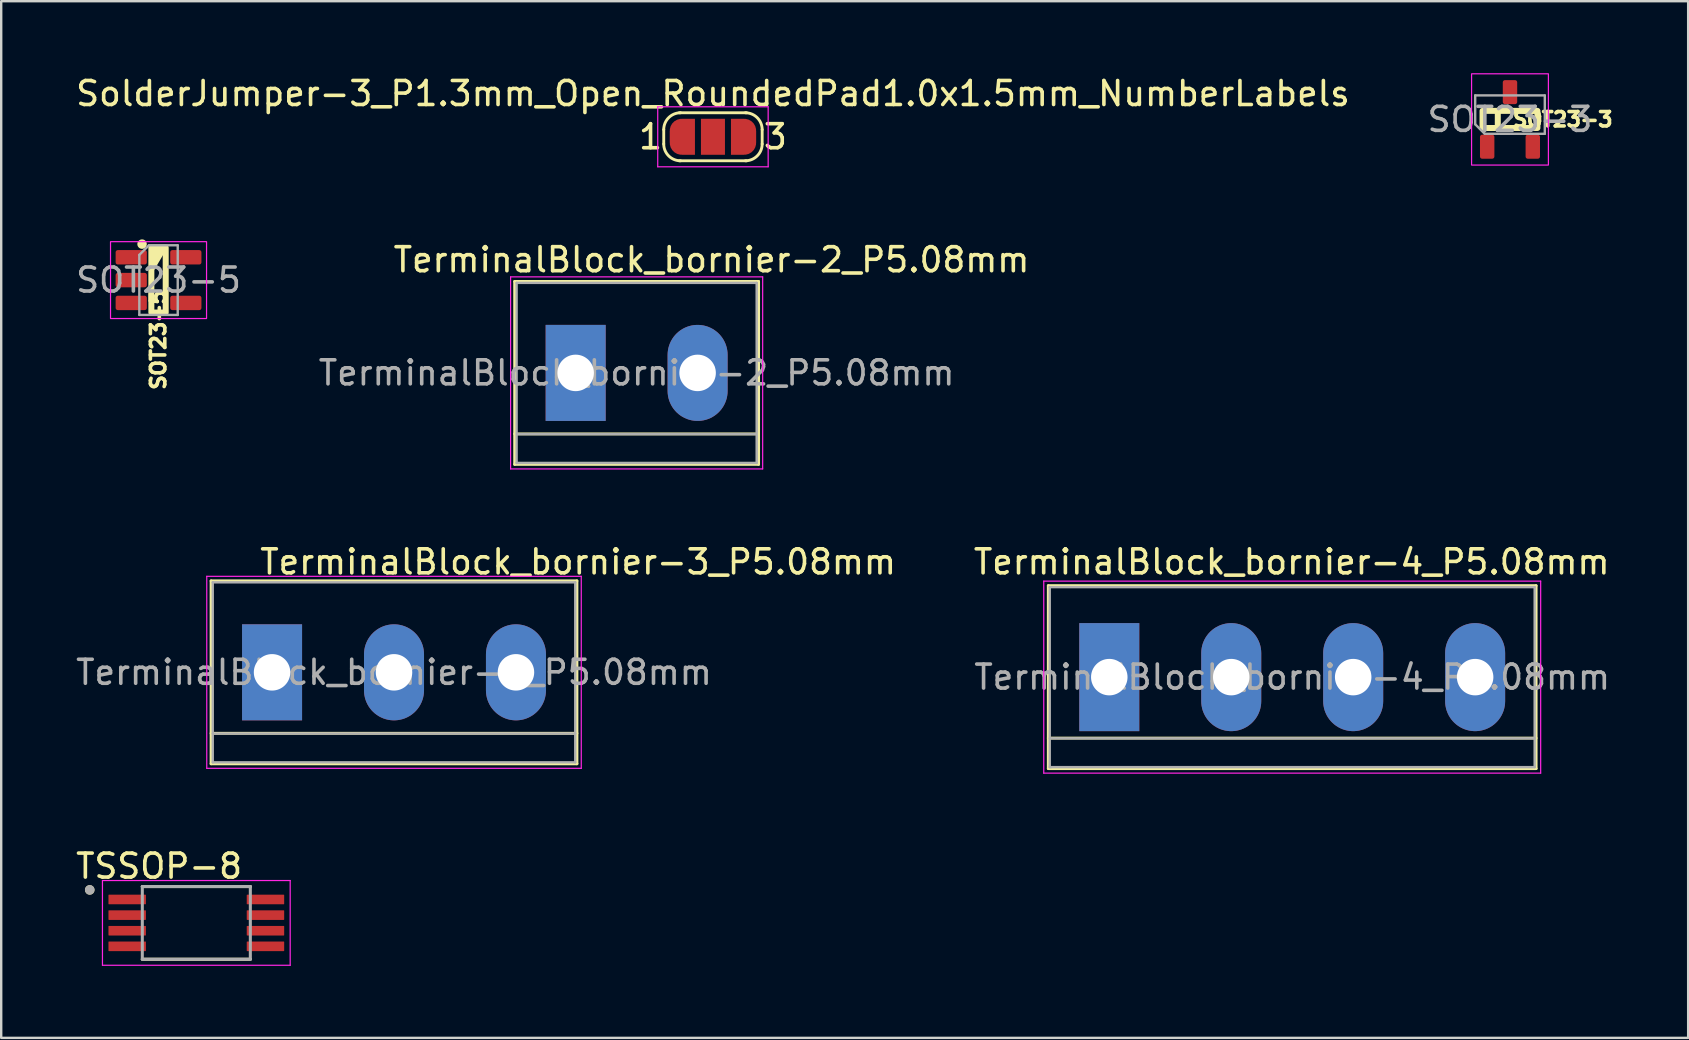
<source format=kicad_pcb>
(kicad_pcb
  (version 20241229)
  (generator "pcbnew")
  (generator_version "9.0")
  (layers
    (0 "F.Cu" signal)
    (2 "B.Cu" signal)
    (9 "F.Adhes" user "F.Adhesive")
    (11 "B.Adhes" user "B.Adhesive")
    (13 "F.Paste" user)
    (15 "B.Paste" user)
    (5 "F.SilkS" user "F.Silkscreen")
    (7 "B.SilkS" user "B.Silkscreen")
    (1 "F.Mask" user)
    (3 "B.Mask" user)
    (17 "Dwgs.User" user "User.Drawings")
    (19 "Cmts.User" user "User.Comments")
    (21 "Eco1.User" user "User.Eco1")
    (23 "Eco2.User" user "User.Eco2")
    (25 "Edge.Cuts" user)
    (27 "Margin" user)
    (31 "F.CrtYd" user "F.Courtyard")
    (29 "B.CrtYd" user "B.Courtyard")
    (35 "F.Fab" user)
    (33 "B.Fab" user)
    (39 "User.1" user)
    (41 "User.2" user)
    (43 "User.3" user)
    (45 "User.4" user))
  (footprint "TerminalBlock_bornier-3_P5.08mm"
    (layer "F.Cu")
    (at 8.283 24.957)
    (property "Reference" "TerminalBlock_bornier-3_P5.08mm" (at 12.75 -4.6 0) (layer "F.SilkS") (effects (font (size 1 1) (thickness 0.15))))
    (attr through_hole)
    (fp_line (start -2.54 -3.81) (end 12.7 -3.81) (stroke (width 0.12) (type solid)) (layer "F.SilkS"))
    (fp_line (start -2.54 2.54) (end 12.7 2.54) (stroke (width 0.12) (type solid)) (layer "F.SilkS"))
    (fp_line (start -2.54 3.81) (end -2.54 -3.81) (stroke (width 0.12) (type solid)) (layer "F.SilkS"))
    (fp_line (start -2.54 3.81) (end 12.7 3.81) (stroke (width 0.12) (type solid)) (layer "F.SilkS"))
    (fp_line (start 12.7 3.81) (end 12.7 -3.81) (stroke (width 0.12) (type solid)) (layer "F.SilkS"))
    (fp_line (start -2.72 -4) (end -2.72 4) (stroke (width 0.05) (type solid)) (layer "F.CrtYd"))
    (fp_line (start -2.72 -4) (end 12.88 -4) (stroke (width 0.05) (type solid)) (layer "F.CrtYd"))
    (fp_line (start 12.88 4) (end -2.72 4) (stroke (width 0.05) (type solid)) (layer "F.CrtYd"))
    (fp_line (start 12.88 4) (end 12.88 -4) (stroke (width 0.05) (type solid)) (layer "F.CrtYd"))
    (fp_line (start -2.47 -3.75) (end 12.63 -3.75) (stroke (width 0.1) (type solid)) (layer "F.Fab"))
    (fp_line (start -2.47 2.55) (end 12.63 2.55) (stroke (width 0.1) (type solid)) (layer "F.Fab"))
    (fp_line (start -2.47 3.75) (end -2.47 -3.75) (stroke (width 0.1) (type solid)) (layer "F.Fab"))
    (fp_line (start 12.63 -3.75) (end 12.63 3.75) (stroke (width 0.1) (type solid)) (layer "F.Fab"))
    (fp_line (start 12.63 3.75) (end -2.47 3.75) (stroke (width 0.1) (type solid)) (layer "F.Fab"))
    (fp_text user "${REFERENCE}" (at 5.08 0 0) (layer "F.Fab") (effects (font (size 1 1) (thickness 0.15))))
    (pad "1" thru_hole rect (at 0 0) (size 2.5 4) (drill oval 1.52) (layers "*.Cu" "*.Mask"))
    (pad "2" thru_hole oval (at 5.08 0) (size 2.5 4) (drill oval 1.52) (layers "*.Cu" "*.Mask"))
    (pad "3" thru_hole oval (at 10.16 0) (size 2.5 4) (drill oval 1.52) (layers "*.Cu" "*.Mask")))
  (footprint "TerminalBlock_bornier-4_P5.08mm"
    (layer "F.Cu")
    (at 43.159 25.157)
    (property "Reference" "TerminalBlock_bornier-4_P5.08mm" (at 7.6 -4.8 0) (layer "F.SilkS") (effects (font (size 1 1) (thickness 0.15))))
    (attr through_hole)
    (fp_line (start -2.54 -3.81) (end -2.54 3.81) (stroke (width 0.12) (type solid)) (layer "F.SilkS"))
    (fp_line (start -2.54 -3.81) (end 17.78 -3.81) (stroke (width 0.12) (type solid)) (layer "F.SilkS"))
    (fp_line (start -2.54 3.81) (end 17.78 3.81) (stroke (width 0.12) (type solid)) (layer "F.SilkS"))
    (fp_line (start 17.78 2.54) (end -2.54 2.54) (stroke (width 0.12) (type solid)) (layer "F.SilkS"))
    (fp_line (start 17.78 3.81) (end 17.78 -3.81) (stroke (width 0.12) (type solid)) (layer "F.SilkS"))
    (fp_line (start -2.73 -4) (end -2.73 4) (stroke (width 0.05) (type solid)) (layer "F.CrtYd"))
    (fp_line (start -2.73 -4) (end 17.97 -4) (stroke (width 0.05) (type solid)) (layer "F.CrtYd"))
    (fp_line (start 17.97 4) (end -2.73 4) (stroke (width 0.05) (type solid)) (layer "F.CrtYd"))
    (fp_line (start 17.97 4) (end 17.97 -4) (stroke (width 0.05) (type solid)) (layer "F.CrtYd"))
    (fp_line (start -2.48 -3.75) (end 17.72 -3.75) (stroke (width 0.1) (type solid)) (layer "F.Fab"))
    (fp_line (start -2.48 2.55) (end 17.72 2.55) (stroke (width 0.1) (type solid)) (layer "F.Fab"))
    (fp_line (start -2.48 3.75) (end -2.48 -3.75) (stroke (width 0.1) (type solid)) (layer "F.Fab"))
    (fp_line (start -2.43 3.75) (end -2.48 3.75) (stroke (width 0.1) (type solid)) (layer "F.Fab"))
    (fp_line (start 17.72 -3.75) (end 17.72 3.75) (stroke (width 0.1) (type solid)) (layer "F.Fab"))
    (fp_line (start 17.72 3.75) (end -2.43 3.75) (stroke (width 0.1) (type solid)) (layer "F.Fab"))
    (fp_text user "${REFERENCE}" (at 7.62 0 0) (layer "F.Fab") (effects (font (size 1 1) (thickness 0.15))))
    (pad "1" thru_hole rect (at 0 0) (size 2.5 4.5) (drill oval 1.52) (layers "*.Cu" "*.Mask"))
    (pad "2" thru_hole oval (at 5.08 0) (size 2.5 4.5) (drill oval 1.52) (layers "*.Cu" "*.Mask"))
    (pad "3" thru_hole oval (at 10.16 0) (size 2.5 4.5) (drill oval 1.52) (layers "*.Cu" "*.Mask"))
    (pad "4" thru_hole oval (at 15.24 0) (size 2.5 4.5) (drill oval 1.52) (layers "*.Cu" "*.Mask")))
  (footprint "TerminalBlock_bornier-2_P5.08mm"
    (layer "F.Cu")
    (at 20.93 12.484)
    (property "Reference" "TerminalBlock_bornier-2_P5.08mm" (at 5.66 -4.713 0) (layer "F.SilkS") (effects (font (size 1 1) (thickness 0.15))))
    (attr through_hole)
    (fp_line (start -2.54 -3.81) (end -2.54 3.81) (stroke (width 0.12) (type solid)) (layer "F.SilkS"))
    (fp_line (start -2.54 3.81) (end 7.62 3.81) (stroke (width 0.12) (type solid)) (layer "F.SilkS"))
    (fp_line (start 7.62 -3.81) (end -2.54 -3.81) (stroke (width 0.12) (type solid)) (layer "F.SilkS"))
    (fp_line (start 7.62 2.54) (end -2.54 2.54) (stroke (width 0.12) (type solid)) (layer "F.SilkS"))
    (fp_line (start 7.62 3.81) (end 7.62 -3.81) (stroke (width 0.12) (type solid)) (layer "F.SilkS"))
    (fp_line (start -2.71 -4) (end -2.71 4) (stroke (width 0.05) (type solid)) (layer "F.CrtYd"))
    (fp_line (start -2.71 -4) (end 7.79 -4) (stroke (width 0.05) (type solid)) (layer "F.CrtYd"))
    (fp_line (start 7.79 4) (end -2.71 4) (stroke (width 0.05) (type solid)) (layer "F.CrtYd"))
    (fp_line (start 7.79 4) (end 7.79 -4) (stroke (width 0.05) (type solid)) (layer "F.CrtYd"))
    (fp_line (start -2.46 -3.75) (end -2.46 3.75) (stroke (width 0.1) (type solid)) (layer "F.Fab"))
    (fp_line (start -2.46 3.75) (end 7.54 3.75) (stroke (width 0.1) (type solid)) (layer "F.Fab"))
    (fp_line (start -2.41 2.55) (end 7.49 2.55) (stroke (width 0.1) (type solid)) (layer "F.Fab"))
    (fp_line (start 7.54 -3.75) (end -2.46 -3.75) (stroke (width 0.1) (type solid)) (layer "F.Fab"))
    (fp_line (start 7.54 3.75) (end 7.54 -3.75) (stroke (width 0.1) (type solid)) (layer "F.Fab"))
    (fp_text user "${REFERENCE}" (at 2.54 0 0) (layer "F.Fab") (effects (font (size 1 1) (thickness 0.15))))
    (pad "1" thru_hole rect (at 0 0) (size 2.5 4) (drill oval 1.52) (layers "*.Cu" "*.Mask"))
    (pad "2" thru_hole oval (at 5.08 0) (size 2.5 4) (drill 1.52) (layers "*.Cu" "*.Mask")))
  (footprint "TSSOP-8"
    (layer "F.Cu")
    (at 5.128 35.395)
    (property "Reference" "TSSOP-8" (at -1.551 -2.364 180) (layer "F.SilkS") (effects (font (size 1 1) (thickness 0.15))))
    (attr smd)
    (fp_line (start -2.25 -1.515) (end 2.25 -1.515) (stroke (width 0.127) (type solid)) (layer "F.SilkS"))
    (fp_line (start -2.25 1.515) (end 2.25 1.515) (stroke (width 0.127) (type solid)) (layer "F.SilkS"))
    (fp_circle (center -4.44 -1.375) (end -4.34 -1.375) (stroke (width 0.2) (type solid)) (fill no) (layer "F.SilkS"))
    (fp_line (start -3.91 -1.765) (end -3.91 1.765) (stroke (width 0.05) (type solid)) (layer "F.CrtYd"))
    (fp_line (start -3.91 -1.765) (end 3.91 -1.765) (stroke (width 0.05) (type solid)) (layer "F.CrtYd"))
    (fp_line (start -3.91 1.765) (end 3.91 1.765) (stroke (width 0.05) (type solid)) (layer "F.CrtYd"))
    (fp_line (start 3.91 -1.765) (end 3.91 1.765) (stroke (width 0.05) (type solid)) (layer "F.CrtYd"))
    (fp_line (start -2.25 -1.515) (end -2.25 1.515) (stroke (width 0.127) (type solid)) (layer "F.Fab"))
    (fp_line (start -2.25 -1.515) (end 2.25 -1.515) (stroke (width 0.127) (type solid)) (layer "F.Fab"))
    (fp_line (start -2.25 1.515) (end 2.25 1.515) (stroke (width 0.127) (type solid)) (layer "F.Fab"))
    (fp_line (start 2.25 -1.515) (end 2.25 1.515) (stroke (width 0.127) (type solid)) (layer "F.Fab"))
    (fp_circle (center -4.44 -1.375) (end -4.34 -1.375) (stroke (width 0.2) (type solid)) (fill no) (layer "F.Fab"))
    (pad "1" smd roundrect (at -2.88 -0.975) (size 1.56 0.4) (layers "F.Cu" "F.Mask" "F.Paste") (roundrect_rratio 0.05))
    (pad "2" smd roundrect (at -2.88 -0.325) (size 1.56 0.4) (layers "F.Cu" "F.Mask" "F.Paste") (roundrect_rratio 0.05))
    (pad "3" smd roundrect (at -2.88 0.325) (size 1.56 0.4) (layers "F.Cu" "F.Mask" "F.Paste") (roundrect_rratio 0.05))
    (pad "4" smd roundrect (at -2.88 0.975) (size 1.56 0.4) (layers "F.Cu" "F.Mask" "F.Paste") (roundrect_rratio 0.05))
    (pad "5" smd roundrect (at 2.88 0.975) (size 1.56 0.4) (layers "F.Cu" "F.Mask" "F.Paste") (roundrect_rratio 0.05))
    (pad "6" smd roundrect (at 2.88 0.325) (size 1.56 0.4) (layers "F.Cu" "F.Mask" "F.Paste") (roundrect_rratio 0.05))
    (pad "7" smd roundrect (at 2.88 -0.325) (size 1.56 0.4) (layers "F.Cu" "F.Mask" "F.Paste") (roundrect_rratio 0.05))
    (pad "8" smd roundrect (at 2.88 -0.975) (size 1.56 0.4) (layers "F.Cu" "F.Mask" "F.Paste") (roundrect_rratio 0.05)))
  (footprint "SolderJumper-3_P1.3mm_Open_RoundedPad1.0x1.5mm_NumberLabels"
    (layer "F.Cu")
    (at 26.649 2.648)
    (property "Reference" "SolderJumper-3_P1.3mm_Open_RoundedPad1.0x1.5mm_NumberLabels" (at 0 -1.8 180) (layer "F.SilkS") (effects (font (size 1 1) (thickness 0.15))))
    (attr exclude_from_pos_files exclude_from_bom)
    (fp_line (start -2.05 0.3) (end -2.05 -0.3) (stroke (width 0.12) (type solid)) (layer "F.SilkS"))
    (fp_line (start -1.4 -1) (end 1.4 -1) (stroke (width 0.12) (type solid)) (layer "F.SilkS"))
    (fp_line (start 1.4 1) (end -1.4 1) (stroke (width 0.12) (type solid)) (layer "F.SilkS"))
    (fp_line (start 2.05 -0.3) (end 2.05 0.3) (stroke (width 0.12) (type solid)) (layer "F.SilkS"))
    (fp_arc (start -2.05 -0.3) (mid -1.844975 -0.794975) (end -1.35 -1) (stroke (width 0.12) (type solid)) (layer "F.SilkS"))
    (fp_arc (start -1.35 1) (mid -1.844975 0.794975) (end -2.05 0.3) (stroke (width 0.12) (type solid)) (layer "F.SilkS"))
    (fp_arc (start 1.35 -1) (mid 1.844975 -0.794975) (end 2.05 -0.3) (stroke (width 0.12) (type solid)) (layer "F.SilkS"))
    (fp_arc (start 2.05 0.3) (mid 1.844975 0.794975) (end 1.35 1) (stroke (width 0.12) (type solid)) (layer "F.SilkS"))
    (fp_line (start -2.3 -1.25) (end -2.3 1.25) (stroke (width 0.05) (type solid)) (layer "F.CrtYd"))
    (fp_line (start -2.3 -1.25) (end 2.3 -1.25) (stroke (width 0.05) (type solid)) (layer "F.CrtYd"))
    (fp_line (start 2.3 1.25) (end -2.3 1.25) (stroke (width 0.05) (type solid)) (layer "F.CrtYd"))
    (fp_line (start 2.3 1.25) (end 2.3 -1.25) (stroke (width 0.05) (type solid)) (layer "F.CrtYd"))
    (fp_text user "3" (at 2.6 0 180) (layer "F.SilkS") (effects (font (size 1 1) (thickness 0.15))))
    (fp_text user "1" (at -2.6 0 180) (layer "F.SilkS") (effects (font (size 1 1) (thickness 0.15))))
    (pad "1" smd custom (at -1.3 0) (size 1 0.5) (layers "F.Cu" "F.Mask") (options (anchor rect)) (primitives (gr_circle (center 0 0.25) (end 0.5 0.25) (width 0) (fill yes)) (gr_circle (center 0 -0.25) (end 0.5 -0.25) (width 0) (fill yes)) (gr_poly (pts (xy 0.55 0.75) (xy 0 0.75) (xy 0 -0.75) (xy 0.55 -0.75)) (width 0) (fill yes))))
    (pad "2" smd rect (at 0 0) (size 1 1.5) (layers "F.Cu" "F.Mask"))
    (pad "3" smd custom (at 1.3 0) (size 1 0.5) (layers "F.Cu" "F.Mask") (options (anchor rect)) (primitives (gr_circle (center 0 0.25) (end 0.5 0.25) (width 0) (fill yes)) (gr_circle (center 0 -0.25) (end 0.5 -0.25) (width 0) (fill yes)) (gr_poly (pts (xy 0 0.75) (xy -0.55 0.75) (xy -0.55 -0.75) (xy 0 -0.75)) (width 0) (fill yes)))))
  (footprint "SOT23-3"
    (layer "F.Cu")
    (at 59.851 1.925)
    (property "Reference" "SOT23-3" (at 2.2 0 0) (unlocked yes) (layer "F.SilkS") (effects (font (size 0.6 0.6) (thickness 0.15) (bold yes))))
    (attr smd)
    (fp_line (start -0.508 -0.318) (end -0.508 0.318) (stroke (width 0.25) (type default)) (layer "F.SilkS"))
    (fp_rect (start -1.143 -0.356) (end 1.143 0.356) (stroke (width 0.25) (type default)) (fill no) (layer "F.SilkS"))
    (fp_rect (start -1.6 -1.9) (end 1.6 1.9) (stroke (width 0.05) (type default)) (fill no) (layer "F.CrtYd"))
    (fp_line (start -1.45 -1) (end 1.45 -1) (stroke (width 0.1) (type solid)) (layer "F.Fab"))
    (fp_line (start -1.45 0.2) (end -1.45 -1) (stroke (width 0.1) (type solid)) (layer "F.Fab"))
    (fp_line (start -1.05 0.6) (end -1.45 0.2) (stroke (width 0.1) (type solid)) (layer "F.Fab"))
    (fp_line (start 1.45 -1) (end 1.45 0.6) (stroke (width 0.1) (type solid)) (layer "F.Fab"))
    (fp_line (start 1.45 0.6) (end -1.05 0.6) (stroke (width 0.1) (type solid)) (layer "F.Fab"))
    (fp_text user "${REFERENCE}" (at 0 0 0) (unlocked yes) (layer "F.Fab") (effects (font (size 1 1) (thickness 0.15))))
    (pad "1" smd roundrect (at -0.95 1.137 90) (size 1 0.6) (layers "F.Cu" "F.Mask" "F.Paste") (roundrect_rratio 0.15))
    (pad "2" smd roundrect (at 0.95 1.137 90) (size 1 0.6) (layers "F.Cu" "F.Mask" "F.Paste") (roundrect_rratio 0.15))
    (pad "3" smd roundrect (at 0 -1.137 90) (size 1 0.6) (layers "F.Cu" "F.Mask" "F.Paste") (roundrect_rratio 0.15)))
  (footprint "SOT23-5"
    (layer "F.Cu")
    (at 3.554 8.618)
    (property "Reference" "SOT23-5" (at -0.009 2.49 90) (unlocked yes) (layer "F.SilkS") (effects (font (size 0.6 0.6) (thickness 0.15) (bold yes))))
    (attr smd)
    (fp_rect (start -0.299 -1.35) (end 0.299 1.35) (stroke (width 0.25) (type default)) (fill no) (layer "F.SilkS"))
    (fp_circle (center -0.686 -1.499) (end -0.564 -1.499) (stroke (width 0.15) (type solid)) (fill yes) (layer "F.SilkS"))
    (fp_poly (pts (xy -0.299 -1.35) (xy 0.299 -1.35) (xy -0.305 -0.33)) (stroke (width 0.12) (type solid)) (fill yes) (layer "F.SilkS"))
    (fp_rect (start -2 -1.6) (end 2 1.6) (stroke (width 0.05) (type default)) (fill no) (layer "F.CrtYd"))
    (fp_line (start -0.8 -1.05) (end -0.4 -1.45) (stroke (width 0.1) (type solid)) (layer "F.Fab"))
    (fp_line (start -0.8 1.45) (end -0.8 -1.05) (stroke (width 0.1) (type solid)) (layer "F.Fab"))
    (fp_line (start -0.4 -1.45) (end 0.8 -1.45) (stroke (width 0.1) (type solid)) (layer "F.Fab"))
    (fp_line (start 0.8 -1.45) (end 0.8 1.45) (stroke (width 0.1) (type solid)) (layer "F.Fab"))
    (fp_line (start 0.8 1.45) (end -0.8 1.45) (stroke (width 0.1) (type solid)) (layer "F.Fab"))
    (fp_text user "${REFERENCE}" (at 0 0 0) (unlocked yes) (layer "F.Fab") (effects (font (size 1 1) (thickness 0.15))))
    (pad "1" smd roundrect (at -1.137 -0.95) (size 1.3 0.6) (layers "F.Cu" "F.Mask" "F.Paste") (roundrect_rratio 0.15))
    (pad "2" smd roundrect (at -1.137 0) (size 1.3 0.6) (layers "F.Cu" "F.Mask" "F.Paste") (roundrect_rratio 0.15))
    (pad "3" smd roundrect (at -1.137 0.95) (size 1.3 0.6) (layers "F.Cu" "F.Mask" "F.Paste") (roundrect_rratio 0.15))
    (pad "4" smd roundrect (at 1.137 0.95) (size 1.3 0.6) (layers "F.Cu" "F.Mask" "F.Paste") (roundrect_rratio 0.15))
    (pad "5" smd roundrect (at 1.137 -0.95) (size 1.3 0.6) (layers "F.Cu" "F.Mask" "F.Paste") (roundrect_rratio 0.15)))
  (gr_rect
    (start -3 -3)
    (end 67.273 40.184)
    (stroke (width 0.1) (type default))
    (fill no)
    (layer "Edge.Cuts")))
</source>
